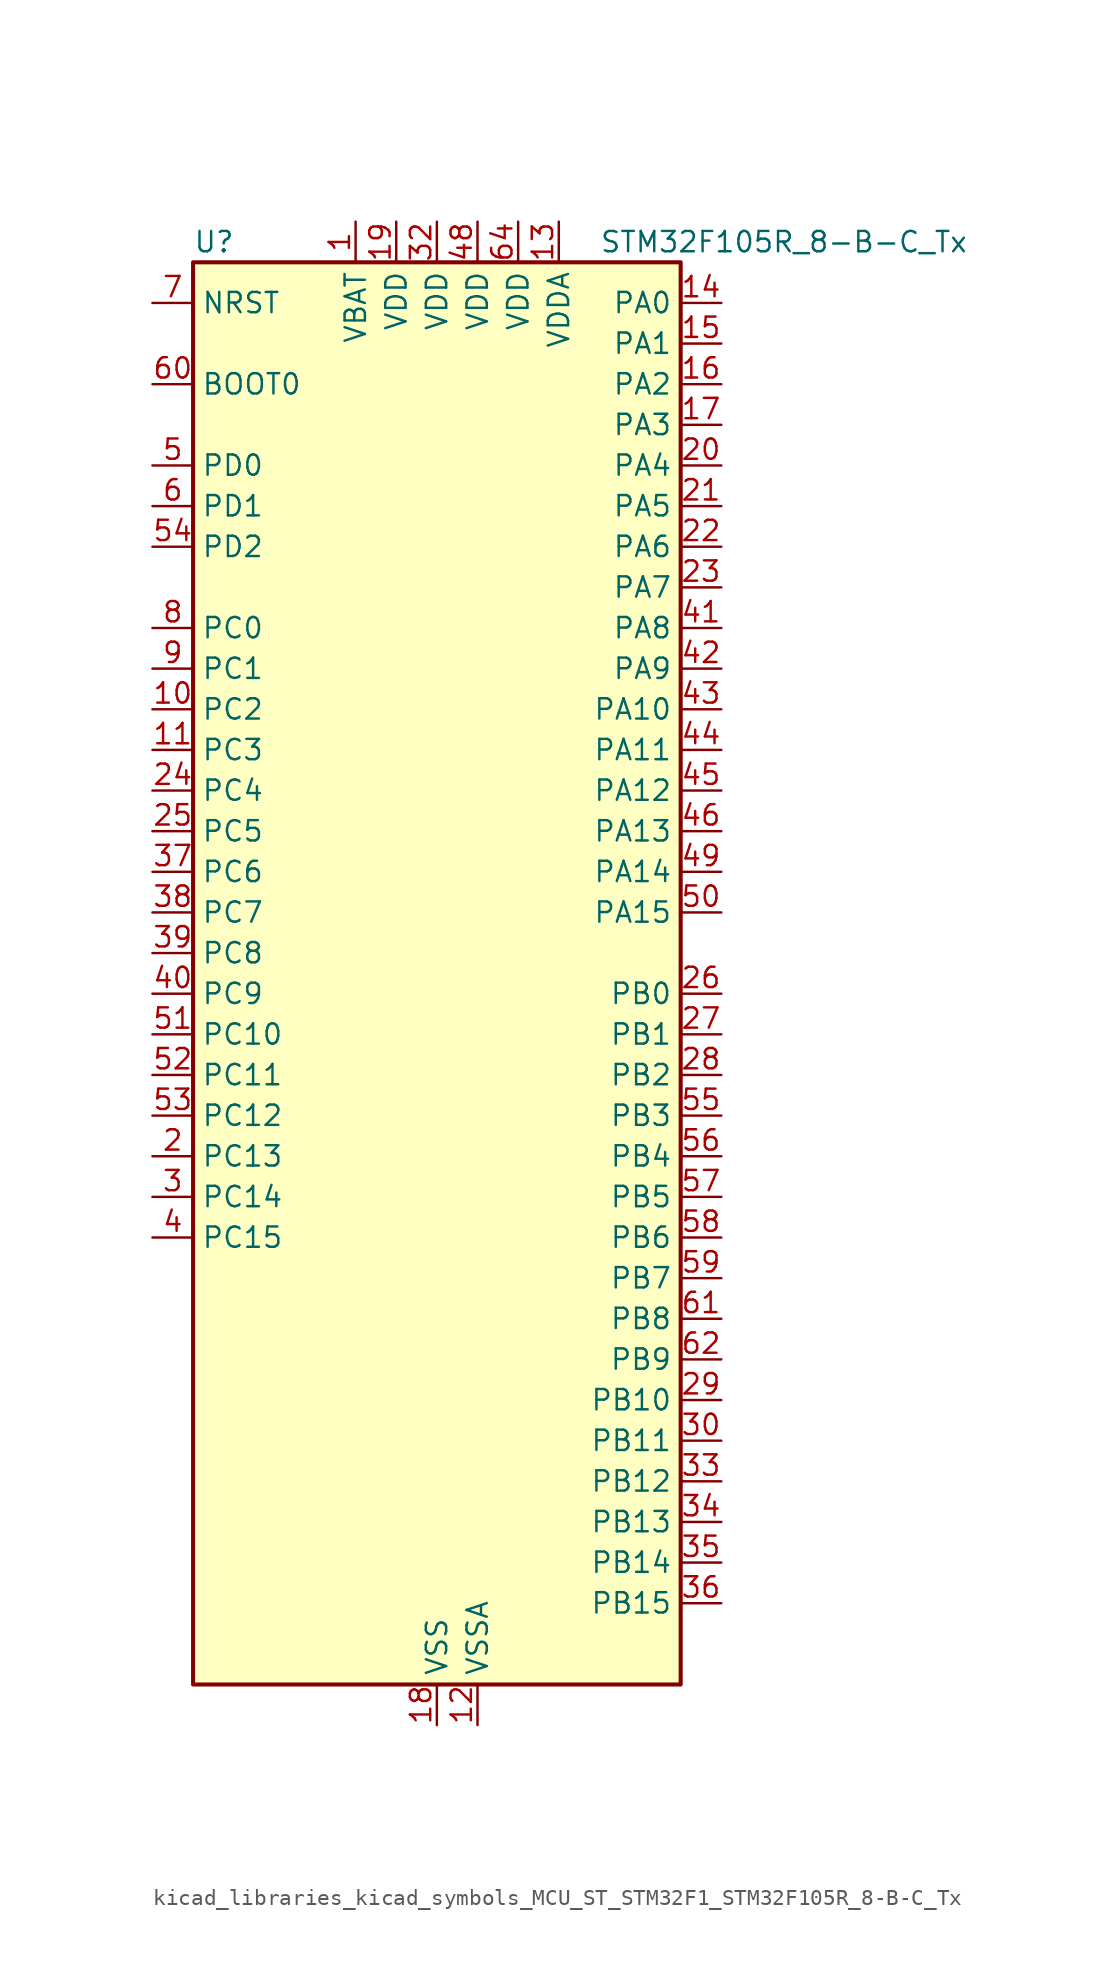
<source format=kicad_sym>
(kicad_symbol_lib
  (version 20220914)
  (generator kicad_symbol_editor)
  (symbol "kicad_libraries_kicad_symbols_MCU_ST_STM32F1_STM32F105R_8-B-C_Tx"
    (property "Reference" "U"
      (at -15.24 46.99 0)
      (effects (font (size 1.27 1.27)) (justify left)))
    (property "Value" "STM32F105R_8-B-C_Tx"
      (at 10.16 46.99 0)
      (effects (font (size 1.27 1.27)) (justify left)))
    (property "ki_locked" ""
      (at 0 0 0)
      (effects (font (size 1.27 1.27))))
    (symbol "kicad_libraries_kicad_symbols_MCU_ST_STM32F1_STM32F105R_8-B-C_Tx_0_1"
      (rectangle (start -15.24 -43.18) (end 15.24 45.72) (stroke (width 0.254) (type default)) (fill (type background))))
    (symbol "kicad_libraries_kicad_symbols_MCU_ST_STM32F1_STM32F105R_8-B-C_Tx_1_1"
      (pin power_in line (at -5.08 48.26 270) (length 2.54) (name "VBAT" (effects (font (size 1.27 1.27)))) (number "1" (effects (font (size 1.27 1.27)))))
      (pin bidirectional line (at -17.78 17.78 0) (length 2.54) (name "PC2" (effects (font (size 1.27 1.27)))) (number "10" (effects (font (size 1.27 1.27)))) (alternate "ADC1_IN12" bidirectional line) (alternate "ADC2_IN12" bidirectional line))
      (pin bidirectional line (at -17.78 15.24 0) (length 2.54) (name "PC3" (effects (font (size 1.27 1.27)))) (number "11" (effects (font (size 1.27 1.27)))) (alternate "ADC1_IN13" bidirectional line) (alternate "ADC2_IN13" bidirectional line))
      (pin power_in line (at 2.54 -45.72 90) (length 2.54) (name "VSSA" (effects (font (size 1.27 1.27)))) (number "12" (effects (font (size 1.27 1.27)))))
      (pin power_in line (at 7.62 48.26 270) (length 2.54) (name "VDDA" (effects (font (size 1.27 1.27)))) (number "13" (effects (font (size 1.27 1.27)))))
      (pin bidirectional line (at 17.78 43.18 180) (length 2.54) (name "PA0" (effects (font (size 1.27 1.27)))) (number "14" (effects (font (size 1.27 1.27)))) (alternate "ADC1_IN0" bidirectional line) (alternate "ADC2_IN0" bidirectional line) (alternate "SYS_WKUP" bidirectional line) (alternate "TIM2_CH1" bidirectional line) (alternate "TIM2_ETR" bidirectional line) (alternate "TIM5_CH1" bidirectional line) (alternate "USART2_CTS" bidirectional line))
      (pin bidirectional line (at 17.78 40.64 180) (length 2.54) (name "PA1" (effects (font (size 1.27 1.27)))) (number "15" (effects (font (size 1.27 1.27)))) (alternate "ADC1_IN1" bidirectional line) (alternate "ADC2_IN1" bidirectional line) (alternate "TIM2_CH2" bidirectional line) (alternate "TIM5_CH2" bidirectional line) (alternate "USART2_RTS" bidirectional line))
      (pin bidirectional line (at 17.78 38.1 180) (length 2.54) (name "PA2" (effects (font (size 1.27 1.27)))) (number "16" (effects (font (size 1.27 1.27)))) (alternate "ADC1_IN2" bidirectional line) (alternate "ADC2_IN2" bidirectional line) (alternate "TIM2_CH3" bidirectional line) (alternate "TIM5_CH3" bidirectional line) (alternate "USART2_TX" bidirectional line))
      (pin bidirectional line (at 17.78 35.56 180) (length 2.54) (name "PA3" (effects (font (size 1.27 1.27)))) (number "17" (effects (font (size 1.27 1.27)))) (alternate "ADC1_IN3" bidirectional line) (alternate "ADC2_IN3" bidirectional line) (alternate "TIM2_CH4" bidirectional line) (alternate "TIM5_CH4" bidirectional line) (alternate "USART2_RX" bidirectional line))
      (pin power_in line (at 0 -45.72 90) (length 2.54) (name "VSS" (effects (font (size 1.27 1.27)))) (number "18" (effects (font (size 1.27 1.27)))))
      (pin power_in line (at -2.54 48.26 270) (length 2.54) (name "VDD" (effects (font (size 1.27 1.27)))) (number "19" (effects (font (size 1.27 1.27)))))
      (pin bidirectional line (at -17.78 -10.16 0) (length 2.54) (name "PC13" (effects (font (size 1.27 1.27)))) (number "2" (effects (font (size 1.27 1.27)))) (alternate "RTC_OUT" bidirectional line) (alternate "RTC_TAMPER" bidirectional line))
      (pin bidirectional line (at 17.78 33.02 180) (length 2.54) (name "PA4" (effects (font (size 1.27 1.27)))) (number "20" (effects (font (size 1.27 1.27)))) (alternate "ADC1_IN4" bidirectional line) (alternate "ADC2_IN4" bidirectional line) (alternate "DAC_OUT1" bidirectional line) (alternate "I2S3_WS" bidirectional line) (alternate "SPI1_NSS" bidirectional line) (alternate "SPI3_NSS" bidirectional line) (alternate "USART2_CK" bidirectional line))
      (pin bidirectional line (at 17.78 30.48 180) (length 2.54) (name "PA5" (effects (font (size 1.27 1.27)))) (number "21" (effects (font (size 1.27 1.27)))) (alternate "ADC1_IN5" bidirectional line) (alternate "ADC2_IN5" bidirectional line) (alternate "DAC_OUT2" bidirectional line) (alternate "SPI1_SCK" bidirectional line))
      (pin bidirectional line (at 17.78 27.94 180) (length 2.54) (name "PA6" (effects (font (size 1.27 1.27)))) (number "22" (effects (font (size 1.27 1.27)))) (alternate "ADC1_IN6" bidirectional line) (alternate "ADC2_IN6" bidirectional line) (alternate "SPI1_MISO" bidirectional line) (alternate "TIM1_BKIN" bidirectional line) (alternate "TIM3_CH1" bidirectional line))
      (pin bidirectional line (at 17.78 25.4 180) (length 2.54) (name "PA7" (effects (font (size 1.27 1.27)))) (number "23" (effects (font (size 1.27 1.27)))) (alternate "ADC1_IN7" bidirectional line) (alternate "ADC2_IN7" bidirectional line) (alternate "SPI1_MOSI" bidirectional line) (alternate "TIM1_CH1N" bidirectional line) (alternate "TIM3_CH2" bidirectional line))
      (pin bidirectional line (at -17.78 12.7 0) (length 2.54) (name "PC4" (effects (font (size 1.27 1.27)))) (number "24" (effects (font (size 1.27 1.27)))) (alternate "ADC1_IN14" bidirectional line) (alternate "ADC2_IN14" bidirectional line))
      (pin bidirectional line (at -17.78 10.16 0) (length 2.54) (name "PC5" (effects (font (size 1.27 1.27)))) (number "25" (effects (font (size 1.27 1.27)))) (alternate "ADC1_IN15" bidirectional line) (alternate "ADC2_IN15" bidirectional line))
      (pin bidirectional line (at 17.78 0 180) (length 2.54) (name "PB0" (effects (font (size 1.27 1.27)))) (number "26" (effects (font (size 1.27 1.27)))) (alternate "ADC1_IN8" bidirectional line) (alternate "ADC2_IN8" bidirectional line) (alternate "TIM1_CH2N" bidirectional line) (alternate "TIM3_CH3" bidirectional line))
      (pin bidirectional line (at 17.78 -2.54 180) (length 2.54) (name "PB1" (effects (font (size 1.27 1.27)))) (number "27" (effects (font (size 1.27 1.27)))) (alternate "ADC1_IN9" bidirectional line) (alternate "ADC2_IN9" bidirectional line) (alternate "TIM1_CH3N" bidirectional line) (alternate "TIM3_CH4" bidirectional line))
      (pin bidirectional line (at 17.78 -5.08 180) (length 2.54) (name "PB2" (effects (font (size 1.27 1.27)))) (number "28" (effects (font (size 1.27 1.27)))))
      (pin bidirectional line (at 17.78 -25.4 180) (length 2.54) (name "PB10" (effects (font (size 1.27 1.27)))) (number "29" (effects (font (size 1.27 1.27)))) (alternate "I2C2_SCL" bidirectional line) (alternate "TIM2_CH3" bidirectional line) (alternate "USART3_TX" bidirectional line))
      (pin bidirectional line (at -17.78 -12.7 0) (length 2.54) (name "PC14" (effects (font (size 1.27 1.27)))) (number "3" (effects (font (size 1.27 1.27)))) (alternate "RCC_OSC32_IN" bidirectional line))
      (pin bidirectional line (at 17.78 -27.94 180) (length 2.54) (name "PB11" (effects (font (size 1.27 1.27)))) (number "30" (effects (font (size 1.27 1.27)))) (alternate "ADC1_EXTI11" bidirectional line) (alternate "ADC2_EXTI11" bidirectional line) (alternate "I2C2_SDA" bidirectional line) (alternate "TIM2_CH4" bidirectional line) (alternate "USART3_RX" bidirectional line))
      (pin passive line (at 0 -45.72 90) (length 2.54) hide (name "VSS" (effects (font (size 1.27 1.27)))) (number "31" (effects (font (size 1.27 1.27)))))
      (pin power_in line (at 0 48.26 270) (length 2.54) (name "VDD" (effects (font (size 1.27 1.27)))) (number "32" (effects (font (size 1.27 1.27)))))
      (pin bidirectional line (at 17.78 -30.48 180) (length 2.54) (name "PB12" (effects (font (size 1.27 1.27)))) (number "33" (effects (font (size 1.27 1.27)))) (alternate "CAN2_RX" bidirectional line) (alternate "I2C2_SMBA" bidirectional line) (alternate "I2S2_WS" bidirectional line) (alternate "SPI2_NSS" bidirectional line) (alternate "TIM1_BKIN" bidirectional line) (alternate "USART3_CK" bidirectional line))
      (pin bidirectional line (at 17.78 -33.02 180) (length 2.54) (name "PB13" (effects (font (size 1.27 1.27)))) (number "34" (effects (font (size 1.27 1.27)))) (alternate "CAN2_TX" bidirectional line) (alternate "I2S2_CK" bidirectional line) (alternate "SPI2_SCK" bidirectional line) (alternate "TIM1_CH1N" bidirectional line) (alternate "USART3_CTS" bidirectional line))
      (pin bidirectional line (at 17.78 -35.56 180) (length 2.54) (name "PB14" (effects (font (size 1.27 1.27)))) (number "35" (effects (font (size 1.27 1.27)))) (alternate "SPI2_MISO" bidirectional line) (alternate "TIM1_CH2N" bidirectional line) (alternate "USART3_RTS" bidirectional line))
      (pin bidirectional line (at 17.78 -38.1 180) (length 2.54) (name "PB15" (effects (font (size 1.27 1.27)))) (number "36" (effects (font (size 1.27 1.27)))) (alternate "ADC1_EXTI15" bidirectional line) (alternate "ADC2_EXTI15" bidirectional line) (alternate "I2S2_SD" bidirectional line) (alternate "SPI2_MOSI" bidirectional line) (alternate "TIM1_CH3N" bidirectional line))
      (pin bidirectional line (at -17.78 7.62 0) (length 2.54) (name "PC6" (effects (font (size 1.27 1.27)))) (number "37" (effects (font (size 1.27 1.27)))) (alternate "I2S2_MCK" bidirectional line) (alternate "TIM3_CH1" bidirectional line))
      (pin bidirectional line (at -17.78 5.08 0) (length 2.54) (name "PC7" (effects (font (size 1.27 1.27)))) (number "38" (effects (font (size 1.27 1.27)))) (alternate "I2S3_MCK" bidirectional line) (alternate "TIM3_CH2" bidirectional line))
      (pin bidirectional line (at -17.78 2.54 0) (length 2.54) (name "PC8" (effects (font (size 1.27 1.27)))) (number "39" (effects (font (size 1.27 1.27)))) (alternate "TIM3_CH3" bidirectional line))
      (pin bidirectional line (at -17.78 -15.24 0) (length 2.54) (name "PC15" (effects (font (size 1.27 1.27)))) (number "4" (effects (font (size 1.27 1.27)))) (alternate "ADC1_EXTI15" bidirectional line) (alternate "ADC2_EXTI15" bidirectional line) (alternate "RCC_OSC32_OUT" bidirectional line))
      (pin bidirectional line (at -17.78 0 0) (length 2.54) (name "PC9" (effects (font (size 1.27 1.27)))) (number "40" (effects (font (size 1.27 1.27)))) (alternate "DAC_EXTI9" bidirectional line) (alternate "TIM3_CH4" bidirectional line))
      (pin bidirectional line (at 17.78 22.86 180) (length 2.54) (name "PA8" (effects (font (size 1.27 1.27)))) (number "41" (effects (font (size 1.27 1.27)))) (alternate "RCC_MCO" bidirectional line) (alternate "TIM1_CH1" bidirectional line) (alternate "USART1_CK" bidirectional line) (alternate "USB_OTG_FS_SOF" bidirectional line))
      (pin bidirectional line (at 17.78 20.32 180) (length 2.54) (name "PA9" (effects (font (size 1.27 1.27)))) (number "42" (effects (font (size 1.27 1.27)))) (alternate "DAC_EXTI9" bidirectional line) (alternate "TIM1_CH2" bidirectional line) (alternate "USART1_TX" bidirectional line) (alternate "USB_OTG_FS_VBUS" bidirectional line))
      (pin bidirectional line (at 17.78 17.78 180) (length 2.54) (name "PA10" (effects (font (size 1.27 1.27)))) (number "43" (effects (font (size 1.27 1.27)))) (alternate "TIM1_CH3" bidirectional line) (alternate "USART1_RX" bidirectional line) (alternate "USB_OTG_FS_ID" bidirectional line))
      (pin bidirectional line (at 17.78 15.24 180) (length 2.54) (name "PA11" (effects (font (size 1.27 1.27)))) (number "44" (effects (font (size 1.27 1.27)))) (alternate "ADC1_EXTI11" bidirectional line) (alternate "ADC2_EXTI11" bidirectional line) (alternate "CAN1_RX" bidirectional line) (alternate "TIM1_CH4" bidirectional line) (alternate "USART1_CTS" bidirectional line) (alternate "USB_OTG_FS_DM" bidirectional line))
      (pin bidirectional line (at 17.78 12.7 180) (length 2.54) (name "PA12" (effects (font (size 1.27 1.27)))) (number "45" (effects (font (size 1.27 1.27)))) (alternate "CAN1_TX" bidirectional line) (alternate "TIM1_ETR" bidirectional line) (alternate "USART1_RTS" bidirectional line) (alternate "USB_OTG_FS_DP" bidirectional line))
      (pin bidirectional line (at 17.78 10.16 180) (length 2.54) (name "PA13" (effects (font (size 1.27 1.27)))) (number "46" (effects (font (size 1.27 1.27)))) (alternate "SYS_JTMS-SWDIO" bidirectional line))
      (pin passive line (at 0 -45.72 90) (length 2.54) hide (name "VSS" (effects (font (size 1.27 1.27)))) (number "47" (effects (font (size 1.27 1.27)))))
      (pin power_in line (at 2.54 48.26 270) (length 2.54) (name "VDD" (effects (font (size 1.27 1.27)))) (number "48" (effects (font (size 1.27 1.27)))))
      (pin bidirectional line (at 17.78 7.62 180) (length 2.54) (name "PA14" (effects (font (size 1.27 1.27)))) (number "49" (effects (font (size 1.27 1.27)))) (alternate "SYS_JTCK-SWCLK" bidirectional line))
      (pin bidirectional line (at -17.78 33.02 0) (length 2.54) (name "PD0" (effects (font (size 1.27 1.27)))) (number "5" (effects (font (size 1.27 1.27)))) (alternate "RCC_OSC_IN" bidirectional line))
      (pin bidirectional line (at 17.78 5.08 180) (length 2.54) (name "PA15" (effects (font (size 1.27 1.27)))) (number "50" (effects (font (size 1.27 1.27)))) (alternate "ADC1_EXTI15" bidirectional line) (alternate "ADC2_EXTI15" bidirectional line) (alternate "I2S3_WS" bidirectional line) (alternate "SPI1_NSS" bidirectional line) (alternate "SPI3_NSS" bidirectional line) (alternate "SYS_JTDI" bidirectional line) (alternate "TIM2_CH1" bidirectional line) (alternate "TIM2_ETR" bidirectional line))
      (pin bidirectional line (at -17.78 -2.54 0) (length 2.54) (name "PC10" (effects (font (size 1.27 1.27)))) (number "51" (effects (font (size 1.27 1.27)))) (alternate "I2S3_CK" bidirectional line) (alternate "SPI3_SCK" bidirectional line) (alternate "UART4_TX" bidirectional line) (alternate "USART3_TX" bidirectional line))
      (pin bidirectional line (at -17.78 -5.08 0) (length 2.54) (name "PC11" (effects (font (size 1.27 1.27)))) (number "52" (effects (font (size 1.27 1.27)))) (alternate "ADC1_EXTI11" bidirectional line) (alternate "ADC2_EXTI11" bidirectional line) (alternate "SPI3_MISO" bidirectional line) (alternate "UART4_RX" bidirectional line) (alternate "USART3_RX" bidirectional line))
      (pin bidirectional line (at -17.78 -7.62 0) (length 2.54) (name "PC12" (effects (font (size 1.27 1.27)))) (number "53" (effects (font (size 1.27 1.27)))) (alternate "I2S3_SD" bidirectional line) (alternate "SPI3_MOSI" bidirectional line) (alternate "UART5_TX" bidirectional line) (alternate "USART3_CK" bidirectional line))
      (pin bidirectional line (at -17.78 27.94 0) (length 2.54) (name "PD2" (effects (font (size 1.27 1.27)))) (number "54" (effects (font (size 1.27 1.27)))) (alternate "TIM3_ETR" bidirectional line) (alternate "UART5_RX" bidirectional line))
      (pin bidirectional line (at 17.78 -7.62 180) (length 2.54) (name "PB3" (effects (font (size 1.27 1.27)))) (number "55" (effects (font (size 1.27 1.27)))) (alternate "I2S3_CK" bidirectional line) (alternate "SPI1_SCK" bidirectional line) (alternate "SPI3_SCK" bidirectional line) (alternate "SYS_JTDO" bidirectional line) (alternate "SYS_TRACESWO" bidirectional line) (alternate "TIM2_CH2" bidirectional line))
      (pin bidirectional line (at 17.78 -10.16 180) (length 2.54) (name "PB4" (effects (font (size 1.27 1.27)))) (number "56" (effects (font (size 1.27 1.27)))) (alternate "SPI1_MISO" bidirectional line) (alternate "SPI3_MISO" bidirectional line) (alternate "SYS_NJTRST" bidirectional line) (alternate "TIM3_CH1" bidirectional line))
      (pin bidirectional line (at 17.78 -12.7 180) (length 2.54) (name "PB5" (effects (font (size 1.27 1.27)))) (number "57" (effects (font (size 1.27 1.27)))) (alternate "CAN2_RX" bidirectional line) (alternate "I2C1_SMBA" bidirectional line) (alternate "I2S3_SD" bidirectional line) (alternate "SPI1_MOSI" bidirectional line) (alternate "SPI3_MOSI" bidirectional line) (alternate "TIM3_CH2" bidirectional line))
      (pin bidirectional line (at 17.78 -15.24 180) (length 2.54) (name "PB6" (effects (font (size 1.27 1.27)))) (number "58" (effects (font (size 1.27 1.27)))) (alternate "CAN2_TX" bidirectional line) (alternate "I2C1_SCL" bidirectional line) (alternate "TIM4_CH1" bidirectional line) (alternate "USART1_TX" bidirectional line))
      (pin bidirectional line (at 17.78 -17.78 180) (length 2.54) (name "PB7" (effects (font (size 1.27 1.27)))) (number "59" (effects (font (size 1.27 1.27)))) (alternate "I2C1_SDA" bidirectional line) (alternate "TIM4_CH2" bidirectional line) (alternate "USART1_RX" bidirectional line))
      (pin bidirectional line (at -17.78 30.48 0) (length 2.54) (name "PD1" (effects (font (size 1.27 1.27)))) (number "6" (effects (font (size 1.27 1.27)))) (alternate "RCC_OSC_OUT" bidirectional line))
      (pin input line (at -17.78 38.1 0) (length 2.54) (name "BOOT0" (effects (font (size 1.27 1.27)))) (number "60" (effects (font (size 1.27 1.27)))))
      (pin bidirectional line (at 17.78 -20.32 180) (length 2.54) (name "PB8" (effects (font (size 1.27 1.27)))) (number "61" (effects (font (size 1.27 1.27)))) (alternate "CAN1_RX" bidirectional line) (alternate "I2C1_SCL" bidirectional line) (alternate "TIM4_CH3" bidirectional line))
      (pin bidirectional line (at 17.78 -22.86 180) (length 2.54) (name "PB9" (effects (font (size 1.27 1.27)))) (number "62" (effects (font (size 1.27 1.27)))) (alternate "CAN1_TX" bidirectional line) (alternate "DAC_EXTI9" bidirectional line) (alternate "I2C1_SDA" bidirectional line) (alternate "TIM4_CH4" bidirectional line))
      (pin passive line (at 0 -45.72 90) (length 2.54) hide (name "VSS" (effects (font (size 1.27 1.27)))) (number "63" (effects (font (size 1.27 1.27)))))
      (pin power_in line (at 5.08 48.26 270) (length 2.54) (name "VDD" (effects (font (size 1.27 1.27)))) (number "64" (effects (font (size 1.27 1.27)))))
      (pin input line (at -17.78 43.18 0) (length 2.54) (name "NRST" (effects (font (size 1.27 1.27)))) (number "7" (effects (font (size 1.27 1.27)))))
      (pin bidirectional line (at -17.78 22.86 0) (length 2.54) (name "PC0" (effects (font (size 1.27 1.27)))) (number "8" (effects (font (size 1.27 1.27)))) (alternate "ADC1_IN10" bidirectional line) (alternate "ADC2_IN10" bidirectional line))
      (pin bidirectional line (at -17.78 20.32 0) (length 2.54) (name "PC1" (effects (font (size 1.27 1.27)))) (number "9" (effects (font (size 1.27 1.27)))) (alternate "ADC1_IN11" bidirectional line) (alternate "ADC2_IN11" bidirectional line)))))
</source>
